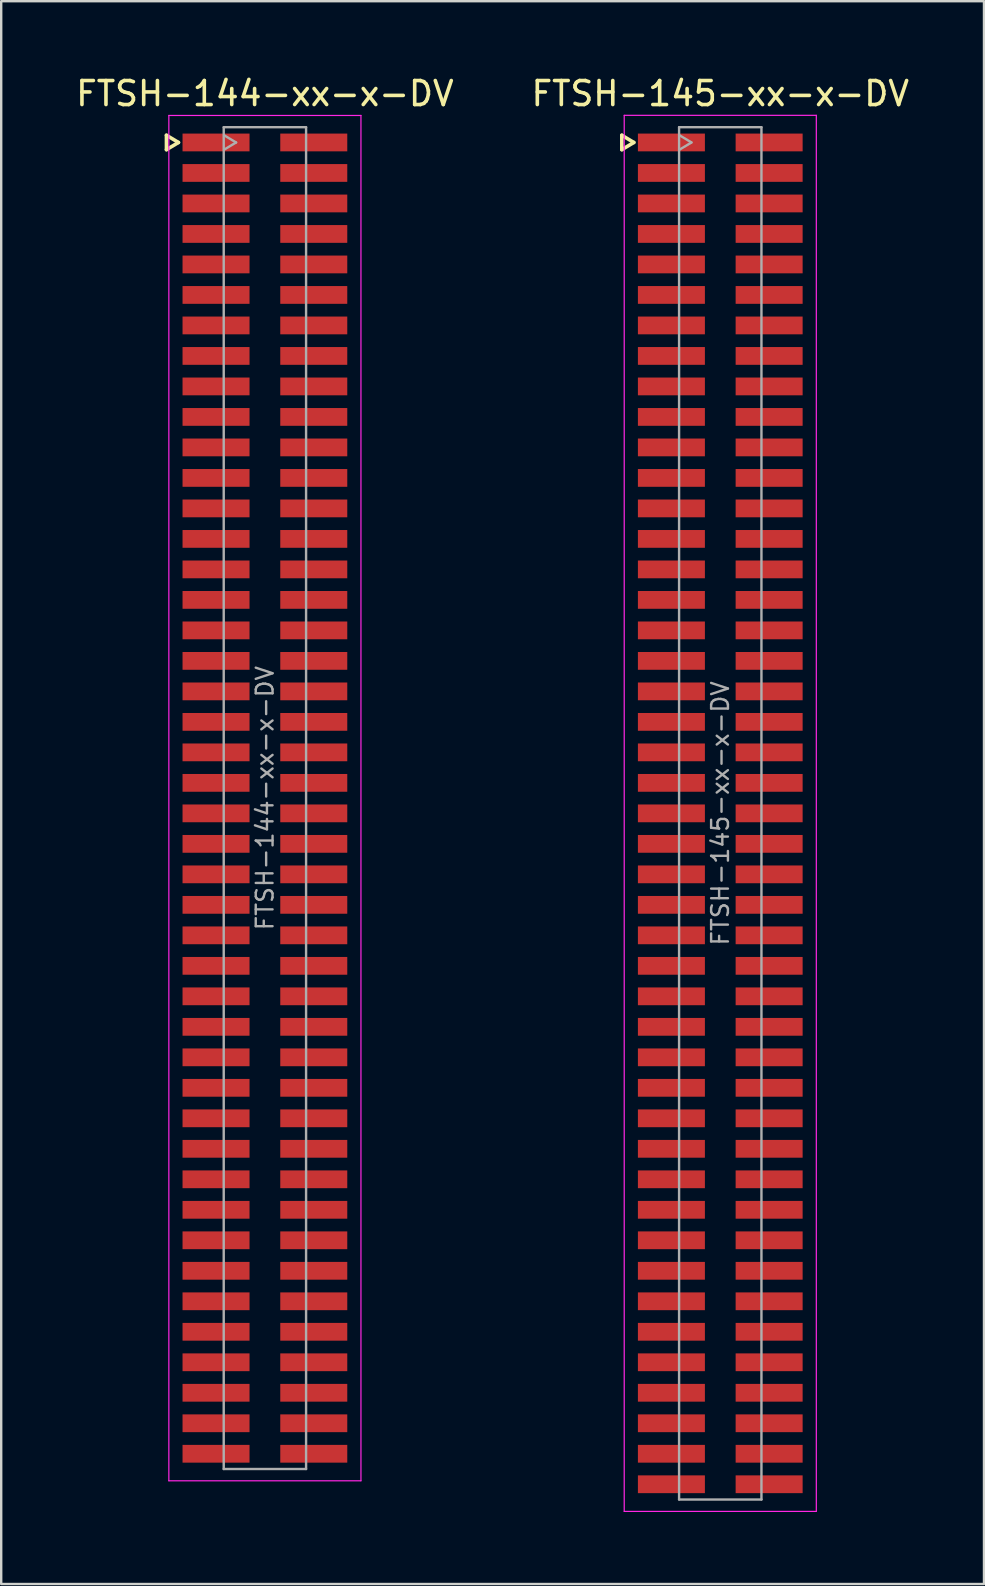
<source format=kicad_pcb>
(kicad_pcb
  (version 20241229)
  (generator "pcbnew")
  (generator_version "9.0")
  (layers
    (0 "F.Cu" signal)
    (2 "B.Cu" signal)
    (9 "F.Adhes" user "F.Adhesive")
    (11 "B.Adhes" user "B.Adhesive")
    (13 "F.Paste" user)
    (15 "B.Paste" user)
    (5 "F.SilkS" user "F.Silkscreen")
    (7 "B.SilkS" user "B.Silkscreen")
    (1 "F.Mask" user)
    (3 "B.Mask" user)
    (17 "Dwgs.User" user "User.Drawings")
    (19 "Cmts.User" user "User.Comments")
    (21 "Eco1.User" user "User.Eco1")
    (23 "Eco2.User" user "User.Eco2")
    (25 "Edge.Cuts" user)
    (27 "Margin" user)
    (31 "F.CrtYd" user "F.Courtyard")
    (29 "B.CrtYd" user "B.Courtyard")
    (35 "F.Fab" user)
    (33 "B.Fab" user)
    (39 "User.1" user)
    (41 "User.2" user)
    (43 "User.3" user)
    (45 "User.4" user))
  (footprint "FTSH-144-xx-x-DV"
    (layer "F.Cu")
    (at 7.982 30.188)
    (property "Reference" "FTSH-144-xx-x-DV" (at 0 -29.34 0) (layer "F.SilkS") (effects (font (size 1 1) (thickness 0.15))))
    (attr smd)
    (fp_line (start -4.1 -27.605) (end -4.1 -27.005) (stroke (width 0.15) (type solid)) (layer "F.SilkS"))
    (fp_line (start -4.1 -27.005) (end -3.6 -27.305) (stroke (width 0.15) (type solid)) (layer "F.SilkS"))
    (fp_line (start -3.6 -27.305) (end -4.1 -27.605) (stroke (width 0.15) (type solid)) (layer "F.SilkS"))
    (fp_line (start -4 -28.43) (end 4 -28.43) (stroke (width 0.05) (type solid)) (layer "F.CrtYd"))
    (fp_line (start -4 28.43) (end -4 -28.43) (stroke (width 0.05) (type solid)) (layer "F.CrtYd"))
    (fp_line (start 4 -28.43) (end 4 28.43) (stroke (width 0.05) (type solid)) (layer "F.CrtYd"))
    (fp_line (start 4 28.43) (end -4 28.43) (stroke (width 0.05) (type solid)) (layer "F.CrtYd"))
    (fp_line (start -1.715 -27.94) (end -1.715 27.94) (stroke (width 0.1) (type solid)) (layer "F.Fab"))
    (fp_line (start -1.715 -27.94) (end 1.715 -27.94) (stroke (width 0.1) (type solid)) (layer "F.Fab"))
    (fp_line (start -1.715 27.94) (end 1.715 27.94) (stroke (width 0.1) (type solid)) (layer "F.Fab"))
    (fp_line (start -1.7 -27.005) (end -1.2 -27.305) (stroke (width 0.1) (type solid)) (layer "F.Fab"))
    (fp_line (start -1.2 -27.305) (end -1.7 -27.605) (stroke (width 0.1) (type solid)) (layer "F.Fab"))
    (fp_line (start 1.715 -27.94) (end 1.715 27.94) (stroke (width 0.1) (type solid)) (layer "F.Fab"))
    (fp_text user "${REFERENCE}" (at 0 0 270) (layer "F.Fab") (effects (font (size 0.7 0.7) (thickness 0.1))))
    (pad "1" smd rect (at -2.035 -27.305) (size 2.79 0.74) (layers "F.Cu" "F.Mask" "F.Paste"))
    (pad "2" smd rect (at 2.035 -27.305) (size 2.79 0.74) (layers "F.Cu" "F.Mask" "F.Paste"))
    (pad "3" smd rect (at -2.035 -26.035) (size 2.79 0.74) (layers "F.Cu" "F.Mask" "F.Paste"))
    (pad "4" smd rect (at 2.035 -26.035) (size 2.79 0.74) (layers "F.Cu" "F.Mask" "F.Paste"))
    (pad "5" smd rect (at -2.035 -24.765) (size 2.79 0.74) (layers "F.Cu" "F.Mask" "F.Paste"))
    (pad "6" smd rect (at 2.035 -24.765) (size 2.79 0.74) (layers "F.Cu" "F.Mask" "F.Paste"))
    (pad "7" smd rect (at -2.035 -23.495) (size 2.79 0.74) (layers "F.Cu" "F.Mask" "F.Paste"))
    (pad "8" smd rect (at 2.035 -23.495) (size 2.79 0.74) (layers "F.Cu" "F.Mask" "F.Paste"))
    (pad "9" smd rect (at -2.035 -22.225) (size 2.79 0.74) (layers "F.Cu" "F.Mask" "F.Paste"))
    (pad "10" smd rect (at 2.035 -22.225) (size 2.79 0.74) (layers "F.Cu" "F.Mask" "F.Paste"))
    (pad "11" smd rect (at -2.035 -20.955) (size 2.79 0.74) (layers "F.Cu" "F.Mask" "F.Paste"))
    (pad "12" smd rect (at 2.035 -20.955) (size 2.79 0.74) (layers "F.Cu" "F.Mask" "F.Paste"))
    (pad "13" smd rect (at -2.035 -19.685) (size 2.79 0.74) (layers "F.Cu" "F.Mask" "F.Paste"))
    (pad "14" smd rect (at 2.035 -19.685) (size 2.79 0.74) (layers "F.Cu" "F.Mask" "F.Paste"))
    (pad "15" smd rect (at -2.035 -18.415) (size 2.79 0.74) (layers "F.Cu" "F.Mask" "F.Paste"))
    (pad "16" smd rect (at 2.035 -18.415) (size 2.79 0.74) (layers "F.Cu" "F.Mask" "F.Paste"))
    (pad "17" smd rect (at -2.035 -17.145) (size 2.79 0.74) (layers "F.Cu" "F.Mask" "F.Paste"))
    (pad "18" smd rect (at 2.035 -17.145) (size 2.79 0.74) (layers "F.Cu" "F.Mask" "F.Paste"))
    (pad "19" smd rect (at -2.035 -15.875) (size 2.79 0.74) (layers "F.Cu" "F.Mask" "F.Paste"))
    (pad "20" smd rect (at 2.035 -15.875) (size 2.79 0.74) (layers "F.Cu" "F.Mask" "F.Paste"))
    (pad "21" smd rect (at -2.035 -14.605) (size 2.79 0.74) (layers "F.Cu" "F.Mask" "F.Paste"))
    (pad "22" smd rect (at 2.035 -14.605) (size 2.79 0.74) (layers "F.Cu" "F.Mask" "F.Paste"))
    (pad "23" smd rect (at -2.035 -13.335) (size 2.79 0.74) (layers "F.Cu" "F.Mask" "F.Paste"))
    (pad "24" smd rect (at 2.035 -13.335) (size 2.79 0.74) (layers "F.Cu" "F.Mask" "F.Paste"))
    (pad "25" smd rect (at -2.035 -12.065) (size 2.79 0.74) (layers "F.Cu" "F.Mask" "F.Paste"))
    (pad "26" smd rect (at 2.035 -12.065) (size 2.79 0.74) (layers "F.Cu" "F.Mask" "F.Paste"))
    (pad "27" smd rect (at -2.035 -10.795) (size 2.79 0.74) (layers "F.Cu" "F.Mask" "F.Paste"))
    (pad "28" smd rect (at 2.035 -10.795) (size 2.79 0.74) (layers "F.Cu" "F.Mask" "F.Paste"))
    (pad "29" smd rect (at -2.035 -9.525) (size 2.79 0.74) (layers "F.Cu" "F.Mask" "F.Paste"))
    (pad "30" smd rect (at 2.035 -9.525) (size 2.79 0.74) (layers "F.Cu" "F.Mask" "F.Paste"))
    (pad "31" smd rect (at -2.035 -8.255) (size 2.79 0.74) (layers "F.Cu" "F.Mask" "F.Paste"))
    (pad "32" smd rect (at 2.035 -8.255) (size 2.79 0.74) (layers "F.Cu" "F.Mask" "F.Paste"))
    (pad "33" smd rect (at -2.035 -6.985) (size 2.79 0.74) (layers "F.Cu" "F.Mask" "F.Paste"))
    (pad "34" smd rect (at 2.035 -6.985) (size 2.79 0.74) (layers "F.Cu" "F.Mask" "F.Paste"))
    (pad "35" smd rect (at -2.035 -5.715) (size 2.79 0.74) (layers "F.Cu" "F.Mask" "F.Paste"))
    (pad "36" smd rect (at 2.035 -5.715) (size 2.79 0.74) (layers "F.Cu" "F.Mask" "F.Paste"))
    (pad "37" smd rect (at -2.035 -4.445) (size 2.79 0.74) (layers "F.Cu" "F.Mask" "F.Paste"))
    (pad "38" smd rect (at 2.035 -4.445) (size 2.79 0.74) (layers "F.Cu" "F.Mask" "F.Paste"))
    (pad "39" smd rect (at -2.035 -3.175) (size 2.79 0.74) (layers "F.Cu" "F.Mask" "F.Paste"))
    (pad "40" smd rect (at 2.035 -3.175) (size 2.79 0.74) (layers "F.Cu" "F.Mask" "F.Paste"))
    (pad "41" smd rect (at -2.035 -1.905) (size 2.79 0.74) (layers "F.Cu" "F.Mask" "F.Paste"))
    (pad "42" smd rect (at 2.035 -1.905) (size 2.79 0.74) (layers "F.Cu" "F.Mask" "F.Paste"))
    (pad "43" smd rect (at -2.035 -0.635) (size 2.79 0.74) (layers "F.Cu" "F.Mask" "F.Paste"))
    (pad "44" smd rect (at 2.035 -0.635) (size 2.79 0.74) (layers "F.Cu" "F.Mask" "F.Paste"))
    (pad "45" smd rect (at -2.035 0.635) (size 2.79 0.74) (layers "F.Cu" "F.Mask" "F.Paste"))
    (pad "46" smd rect (at 2.035 0.635) (size 2.79 0.74) (layers "F.Cu" "F.Mask" "F.Paste"))
    (pad "47" smd rect (at -2.035 1.905) (size 2.79 0.74) (layers "F.Cu" "F.Mask" "F.Paste"))
    (pad "48" smd rect (at 2.035 1.905) (size 2.79 0.74) (layers "F.Cu" "F.Mask" "F.Paste"))
    (pad "49" smd rect (at -2.035 3.175) (size 2.79 0.74) (layers "F.Cu" "F.Mask" "F.Paste"))
    (pad "50" smd rect (at 2.035 3.175) (size 2.79 0.74) (layers "F.Cu" "F.Mask" "F.Paste"))
    (pad "51" smd rect (at -2.035 4.445) (size 2.79 0.74) (layers "F.Cu" "F.Mask" "F.Paste"))
    (pad "52" smd rect (at 2.035 4.445) (size 2.79 0.74) (layers "F.Cu" "F.Mask" "F.Paste"))
    (pad "53" smd rect (at -2.035 5.715) (size 2.79 0.74) (layers "F.Cu" "F.Mask" "F.Paste"))
    (pad "54" smd rect (at 2.035 5.715) (size 2.79 0.74) (layers "F.Cu" "F.Mask" "F.Paste"))
    (pad "55" smd rect (at -2.035 6.985) (size 2.79 0.74) (layers "F.Cu" "F.Mask" "F.Paste"))
    (pad "56" smd rect (at 2.035 6.985) (size 2.79 0.74) (layers "F.Cu" "F.Mask" "F.Paste"))
    (pad "57" smd rect (at -2.035 8.255) (size 2.79 0.74) (layers "F.Cu" "F.Mask" "F.Paste"))
    (pad "58" smd rect (at 2.035 8.255) (size 2.79 0.74) (layers "F.Cu" "F.Mask" "F.Paste"))
    (pad "59" smd rect (at -2.035 9.525) (size 2.79 0.74) (layers "F.Cu" "F.Mask" "F.Paste"))
    (pad "60" smd rect (at 2.035 9.525) (size 2.79 0.74) (layers "F.Cu" "F.Mask" "F.Paste"))
    (pad "61" smd rect (at -2.035 10.795) (size 2.79 0.74) (layers "F.Cu" "F.Mask" "F.Paste"))
    (pad "62" smd rect (at 2.035 10.795) (size 2.79 0.74) (layers "F.Cu" "F.Mask" "F.Paste"))
    (pad "63" smd rect (at -2.035 12.065) (size 2.79 0.74) (layers "F.Cu" "F.Mask" "F.Paste"))
    (pad "64" smd rect (at 2.035 12.065) (size 2.79 0.74) (layers "F.Cu" "F.Mask" "F.Paste"))
    (pad "65" smd rect (at -2.035 13.335) (size 2.79 0.74) (layers "F.Cu" "F.Mask" "F.Paste"))
    (pad "66" smd rect (at 2.035 13.335) (size 2.79 0.74) (layers "F.Cu" "F.Mask" "F.Paste"))
    (pad "67" smd rect (at -2.035 14.605) (size 2.79 0.74) (layers "F.Cu" "F.Mask" "F.Paste"))
    (pad "68" smd rect (at 2.035 14.605) (size 2.79 0.74) (layers "F.Cu" "F.Mask" "F.Paste"))
    (pad "69" smd rect (at -2.035 15.875) (size 2.79 0.74) (layers "F.Cu" "F.Mask" "F.Paste"))
    (pad "70" smd rect (at 2.035 15.875) (size 2.79 0.74) (layers "F.Cu" "F.Mask" "F.Paste"))
    (pad "71" smd rect (at -2.035 17.145) (size 2.79 0.74) (layers "F.Cu" "F.Mask" "F.Paste"))
    (pad "72" smd rect (at 2.035 17.145) (size 2.79 0.74) (layers "F.Cu" "F.Mask" "F.Paste"))
    (pad "73" smd rect (at -2.035 18.415) (size 2.79 0.74) (layers "F.Cu" "F.Mask" "F.Paste"))
    (pad "74" smd rect (at 2.035 18.415) (size 2.79 0.74) (layers "F.Cu" "F.Mask" "F.Paste"))
    (pad "75" smd rect (at -2.035 19.685) (size 2.79 0.74) (layers "F.Cu" "F.Mask" "F.Paste"))
    (pad "76" smd rect (at 2.035 19.685) (size 2.79 0.74) (layers "F.Cu" "F.Mask" "F.Paste"))
    (pad "77" smd rect (at -2.035 20.955) (size 2.79 0.74) (layers "F.Cu" "F.Mask" "F.Paste"))
    (pad "78" smd rect (at 2.035 20.955) (size 2.79 0.74) (layers "F.Cu" "F.Mask" "F.Paste"))
    (pad "79" smd rect (at -2.035 22.225) (size 2.79 0.74) (layers "F.Cu" "F.Mask" "F.Paste"))
    (pad "80" smd rect (at 2.035 22.225) (size 2.79 0.74) (layers "F.Cu" "F.Mask" "F.Paste"))
    (pad "81" smd rect (at -2.035 23.495) (size 2.79 0.74) (layers "F.Cu" "F.Mask" "F.Paste"))
    (pad "82" smd rect (at 2.035 23.495) (size 2.79 0.74) (layers "F.Cu" "F.Mask" "F.Paste"))
    (pad "83" smd rect (at -2.035 24.765) (size 2.79 0.74) (layers "F.Cu" "F.Mask" "F.Paste"))
    (pad "84" smd rect (at 2.035 24.765) (size 2.79 0.74) (layers "F.Cu" "F.Mask" "F.Paste"))
    (pad "85" smd rect (at -2.035 26.035) (size 2.79 0.74) (layers "F.Cu" "F.Mask" "F.Paste"))
    (pad "86" smd rect (at 2.035 26.035) (size 2.79 0.74) (layers "F.Cu" "F.Mask" "F.Paste"))
    (pad "87" smd rect (at -2.035 27.305) (size 2.79 0.74) (layers "F.Cu" "F.Mask" "F.Paste"))
    (pad "88" smd rect (at 2.035 27.305) (size 2.79 0.74) (layers "F.Cu" "F.Mask" "F.Paste")))
  (footprint "FTSH-145-xx-x-DV"
    (layer "F.Cu")
    (at 26.946 30.823)
    (property "Reference" "FTSH-145-xx-x-DV" (at 0 -29.975 0) (layer "F.SilkS") (effects (font (size 1 1) (thickness 0.15))))
    (attr smd)
    (fp_line (start -4.1 -28.24) (end -4.1 -27.64) (stroke (width 0.15) (type solid)) (layer "F.SilkS"))
    (fp_line (start -4.1 -27.64) (end -3.6 -27.94) (stroke (width 0.15) (type solid)) (layer "F.SilkS"))
    (fp_line (start -3.6 -27.94) (end -4.1 -28.24) (stroke (width 0.15) (type solid)) (layer "F.SilkS"))
    (fp_line (start -4 -29.07) (end 4 -29.07) (stroke (width 0.05) (type solid)) (layer "F.CrtYd"))
    (fp_line (start -4 29.07) (end -4 -29.07) (stroke (width 0.05) (type solid)) (layer "F.CrtYd"))
    (fp_line (start 4 -29.07) (end 4 29.07) (stroke (width 0.05) (type solid)) (layer "F.CrtYd"))
    (fp_line (start 4 29.07) (end -4 29.07) (stroke (width 0.05) (type solid)) (layer "F.CrtYd"))
    (fp_line (start -1.715 -28.575) (end -1.715 28.575) (stroke (width 0.1) (type solid)) (layer "F.Fab"))
    (fp_line (start -1.715 -28.575) (end 1.715 -28.575) (stroke (width 0.1) (type solid)) (layer "F.Fab"))
    (fp_line (start -1.715 28.575) (end 1.715 28.575) (stroke (width 0.1) (type solid)) (layer "F.Fab"))
    (fp_line (start -1.7 -27.64) (end -1.2 -27.94) (stroke (width 0.1) (type solid)) (layer "F.Fab"))
    (fp_line (start -1.2 -27.94) (end -1.7 -28.24) (stroke (width 0.1) (type solid)) (layer "F.Fab"))
    (fp_line (start 1.715 -28.575) (end 1.715 28.575) (stroke (width 0.1) (type solid)) (layer "F.Fab"))
    (fp_text user "${REFERENCE}" (at 0 0 270) (layer "F.Fab") (effects (font (size 0.7 0.7) (thickness 0.1))))
    (pad "1" smd rect (at -2.035 -27.94) (size 2.79 0.74) (layers "F.Cu" "F.Mask" "F.Paste"))
    (pad "2" smd rect (at 2.035 -27.94) (size 2.79 0.74) (layers "F.Cu" "F.Mask" "F.Paste"))
    (pad "3" smd rect (at -2.035 -26.67) (size 2.79 0.74) (layers "F.Cu" "F.Mask" "F.Paste"))
    (pad "4" smd rect (at 2.035 -26.67) (size 2.79 0.74) (layers "F.Cu" "F.Mask" "F.Paste"))
    (pad "5" smd rect (at -2.035 -25.4) (size 2.79 0.74) (layers "F.Cu" "F.Mask" "F.Paste"))
    (pad "6" smd rect (at 2.035 -25.4) (size 2.79 0.74) (layers "F.Cu" "F.Mask" "F.Paste"))
    (pad "7" smd rect (at -2.035 -24.13) (size 2.79 0.74) (layers "F.Cu" "F.Mask" "F.Paste"))
    (pad "8" smd rect (at 2.035 -24.13) (size 2.79 0.74) (layers "F.Cu" "F.Mask" "F.Paste"))
    (pad "9" smd rect (at -2.035 -22.86) (size 2.79 0.74) (layers "F.Cu" "F.Mask" "F.Paste"))
    (pad "10" smd rect (at 2.035 -22.86) (size 2.79 0.74) (layers "F.Cu" "F.Mask" "F.Paste"))
    (pad "11" smd rect (at -2.035 -21.59) (size 2.79 0.74) (layers "F.Cu" "F.Mask" "F.Paste"))
    (pad "12" smd rect (at 2.035 -21.59) (size 2.79 0.74) (layers "F.Cu" "F.Mask" "F.Paste"))
    (pad "13" smd rect (at -2.035 -20.32) (size 2.79 0.74) (layers "F.Cu" "F.Mask" "F.Paste"))
    (pad "14" smd rect (at 2.035 -20.32) (size 2.79 0.74) (layers "F.Cu" "F.Mask" "F.Paste"))
    (pad "15" smd rect (at -2.035 -19.05) (size 2.79 0.74) (layers "F.Cu" "F.Mask" "F.Paste"))
    (pad "16" smd rect (at 2.035 -19.05) (size 2.79 0.74) (layers "F.Cu" "F.Mask" "F.Paste"))
    (pad "17" smd rect (at -2.035 -17.78) (size 2.79 0.74) (layers "F.Cu" "F.Mask" "F.Paste"))
    (pad "18" smd rect (at 2.035 -17.78) (size 2.79 0.74) (layers "F.Cu" "F.Mask" "F.Paste"))
    (pad "19" smd rect (at -2.035 -16.51) (size 2.79 0.74) (layers "F.Cu" "F.Mask" "F.Paste"))
    (pad "20" smd rect (at 2.035 -16.51) (size 2.79 0.74) (layers "F.Cu" "F.Mask" "F.Paste"))
    (pad "21" smd rect (at -2.035 -15.24) (size 2.79 0.74) (layers "F.Cu" "F.Mask" "F.Paste"))
    (pad "22" smd rect (at 2.035 -15.24) (size 2.79 0.74) (layers "F.Cu" "F.Mask" "F.Paste"))
    (pad "23" smd rect (at -2.035 -13.97) (size 2.79 0.74) (layers "F.Cu" "F.Mask" "F.Paste"))
    (pad "24" smd rect (at 2.035 -13.97) (size 2.79 0.74) (layers "F.Cu" "F.Mask" "F.Paste"))
    (pad "25" smd rect (at -2.035 -12.7) (size 2.79 0.74) (layers "F.Cu" "F.Mask" "F.Paste"))
    (pad "26" smd rect (at 2.035 -12.7) (size 2.79 0.74) (layers "F.Cu" "F.Mask" "F.Paste"))
    (pad "27" smd rect (at -2.035 -11.43) (size 2.79 0.74) (layers "F.Cu" "F.Mask" "F.Paste"))
    (pad "28" smd rect (at 2.035 -11.43) (size 2.79 0.74) (layers "F.Cu" "F.Mask" "F.Paste"))
    (pad "29" smd rect (at -2.035 -10.16) (size 2.79 0.74) (layers "F.Cu" "F.Mask" "F.Paste"))
    (pad "30" smd rect (at 2.035 -10.16) (size 2.79 0.74) (layers "F.Cu" "F.Mask" "F.Paste"))
    (pad "31" smd rect (at -2.035 -8.89) (size 2.79 0.74) (layers "F.Cu" "F.Mask" "F.Paste"))
    (pad "32" smd rect (at 2.035 -8.89) (size 2.79 0.74) (layers "F.Cu" "F.Mask" "F.Paste"))
    (pad "33" smd rect (at -2.035 -7.62) (size 2.79 0.74) (layers "F.Cu" "F.Mask" "F.Paste"))
    (pad "34" smd rect (at 2.035 -7.62) (size 2.79 0.74) (layers "F.Cu" "F.Mask" "F.Paste"))
    (pad "35" smd rect (at -2.035 -6.35) (size 2.79 0.74) (layers "F.Cu" "F.Mask" "F.Paste"))
    (pad "36" smd rect (at 2.035 -6.35) (size 2.79 0.74) (layers "F.Cu" "F.Mask" "F.Paste"))
    (pad "37" smd rect (at -2.035 -5.08) (size 2.79 0.74) (layers "F.Cu" "F.Mask" "F.Paste"))
    (pad "38" smd rect (at 2.035 -5.08) (size 2.79 0.74) (layers "F.Cu" "F.Mask" "F.Paste"))
    (pad "39" smd rect (at -2.035 -3.81) (size 2.79 0.74) (layers "F.Cu" "F.Mask" "F.Paste"))
    (pad "40" smd rect (at 2.035 -3.81) (size 2.79 0.74) (layers "F.Cu" "F.Mask" "F.Paste"))
    (pad "41" smd rect (at -2.035 -2.54) (size 2.79 0.74) (layers "F.Cu" "F.Mask" "F.Paste"))
    (pad "42" smd rect (at 2.035 -2.54) (size 2.79 0.74) (layers "F.Cu" "F.Mask" "F.Paste"))
    (pad "43" smd rect (at -2.035 -1.27) (size 2.79 0.74) (layers "F.Cu" "F.Mask" "F.Paste"))
    (pad "44" smd rect (at 2.035 -1.27) (size 2.79 0.74) (layers "F.Cu" "F.Mask" "F.Paste"))
    (pad "45" smd rect (at -2.035 0) (size 2.79 0.74) (layers "F.Cu" "F.Mask" "F.Paste"))
    (pad "46" smd rect (at 2.035 0) (size 2.79 0.74) (layers "F.Cu" "F.Mask" "F.Paste"))
    (pad "47" smd rect (at -2.035 1.27) (size 2.79 0.74) (layers "F.Cu" "F.Mask" "F.Paste"))
    (pad "48" smd rect (at 2.035 1.27) (size 2.79 0.74) (layers "F.Cu" "F.Mask" "F.Paste"))
    (pad "49" smd rect (at -2.035 2.54) (size 2.79 0.74) (layers "F.Cu" "F.Mask" "F.Paste"))
    (pad "50" smd rect (at 2.035 2.54) (size 2.79 0.74) (layers "F.Cu" "F.Mask" "F.Paste"))
    (pad "51" smd rect (at -2.035 3.81) (size 2.79 0.74) (layers "F.Cu" "F.Mask" "F.Paste"))
    (pad "52" smd rect (at 2.035 3.81) (size 2.79 0.74) (layers "F.Cu" "F.Mask" "F.Paste"))
    (pad "53" smd rect (at -2.035 5.08) (size 2.79 0.74) (layers "F.Cu" "F.Mask" "F.Paste"))
    (pad "54" smd rect (at 2.035 5.08) (size 2.79 0.74) (layers "F.Cu" "F.Mask" "F.Paste"))
    (pad "55" smd rect (at -2.035 6.35) (size 2.79 0.74) (layers "F.Cu" "F.Mask" "F.Paste"))
    (pad "56" smd rect (at 2.035 6.35) (size 2.79 0.74) (layers "F.Cu" "F.Mask" "F.Paste"))
    (pad "57" smd rect (at -2.035 7.62) (size 2.79 0.74) (layers "F.Cu" "F.Mask" "F.Paste"))
    (pad "58" smd rect (at 2.035 7.62) (size 2.79 0.74) (layers "F.Cu" "F.Mask" "F.Paste"))
    (pad "59" smd rect (at -2.035 8.89) (size 2.79 0.74) (layers "F.Cu" "F.Mask" "F.Paste"))
    (pad "60" smd rect (at 2.035 8.89) (size 2.79 0.74) (layers "F.Cu" "F.Mask" "F.Paste"))
    (pad "61" smd rect (at -2.035 10.16) (size 2.79 0.74) (layers "F.Cu" "F.Mask" "F.Paste"))
    (pad "62" smd rect (at 2.035 10.16) (size 2.79 0.74) (layers "F.Cu" "F.Mask" "F.Paste"))
    (pad "63" smd rect (at -2.035 11.43) (size 2.79 0.74) (layers "F.Cu" "F.Mask" "F.Paste"))
    (pad "64" smd rect (at 2.035 11.43) (size 2.79 0.74) (layers "F.Cu" "F.Mask" "F.Paste"))
    (pad "65" smd rect (at -2.035 12.7) (size 2.79 0.74) (layers "F.Cu" "F.Mask" "F.Paste"))
    (pad "66" smd rect (at 2.035 12.7) (size 2.79 0.74) (layers "F.Cu" "F.Mask" "F.Paste"))
    (pad "67" smd rect (at -2.035 13.97) (size 2.79 0.74) (layers "F.Cu" "F.Mask" "F.Paste"))
    (pad "68" smd rect (at 2.035 13.97) (size 2.79 0.74) (layers "F.Cu" "F.Mask" "F.Paste"))
    (pad "69" smd rect (at -2.035 15.24) (size 2.79 0.74) (layers "F.Cu" "F.Mask" "F.Paste"))
    (pad "70" smd rect (at 2.035 15.24) (size 2.79 0.74) (layers "F.Cu" "F.Mask" "F.Paste"))
    (pad "71" smd rect (at -2.035 16.51) (size 2.79 0.74) (layers "F.Cu" "F.Mask" "F.Paste"))
    (pad "72" smd rect (at 2.035 16.51) (size 2.79 0.74) (layers "F.Cu" "F.Mask" "F.Paste"))
    (pad "73" smd rect (at -2.035 17.78) (size 2.79 0.74) (layers "F.Cu" "F.Mask" "F.Paste"))
    (pad "74" smd rect (at 2.035 17.78) (size 2.79 0.74) (layers "F.Cu" "F.Mask" "F.Paste"))
    (pad "75" smd rect (at -2.035 19.05) (size 2.79 0.74) (layers "F.Cu" "F.Mask" "F.Paste"))
    (pad "76" smd rect (at 2.035 19.05) (size 2.79 0.74) (layers "F.Cu" "F.Mask" "F.Paste"))
    (pad "77" smd rect (at -2.035 20.32) (size 2.79 0.74) (layers "F.Cu" "F.Mask" "F.Paste"))
    (pad "78" smd rect (at 2.035 20.32) (size 2.79 0.74) (layers "F.Cu" "F.Mask" "F.Paste"))
    (pad "79" smd rect (at -2.035 21.59) (size 2.79 0.74) (layers "F.Cu" "F.Mask" "F.Paste"))
    (pad "80" smd rect (at 2.035 21.59) (size 2.79 0.74) (layers "F.Cu" "F.Mask" "F.Paste"))
    (pad "81" smd rect (at -2.035 22.86) (size 2.79 0.74) (layers "F.Cu" "F.Mask" "F.Paste"))
    (pad "82" smd rect (at 2.035 22.86) (size 2.79 0.74) (layers "F.Cu" "F.Mask" "F.Paste"))
    (pad "83" smd rect (at -2.035 24.13) (size 2.79 0.74) (layers "F.Cu" "F.Mask" "F.Paste"))
    (pad "84" smd rect (at 2.035 24.13) (size 2.79 0.74) (layers "F.Cu" "F.Mask" "F.Paste"))
    (pad "85" smd rect (at -2.035 25.4) (size 2.79 0.74) (layers "F.Cu" "F.Mask" "F.Paste"))
    (pad "86" smd rect (at 2.035 25.4) (size 2.79 0.74) (layers "F.Cu" "F.Mask" "F.Paste"))
    (pad "87" smd rect (at -2.035 26.67) (size 2.79 0.74) (layers "F.Cu" "F.Mask" "F.Paste"))
    (pad "88" smd rect (at 2.035 26.67) (size 2.79 0.74) (layers "F.Cu" "F.Mask" "F.Paste"))
    (pad "89" smd rect (at -2.035 27.94) (size 2.79 0.74) (layers "F.Cu" "F.Mask" "F.Paste"))
    (pad "90" smd rect (at 2.035 27.94) (size 2.79 0.74) (layers "F.Cu" "F.Mask" "F.Paste")))
  (gr_rect
    (start -3 -3)
    (end 37.929 62.918)
    (stroke (width 0.1) (type default))
    (fill no)
    (layer "Edge.Cuts")))
</source>
